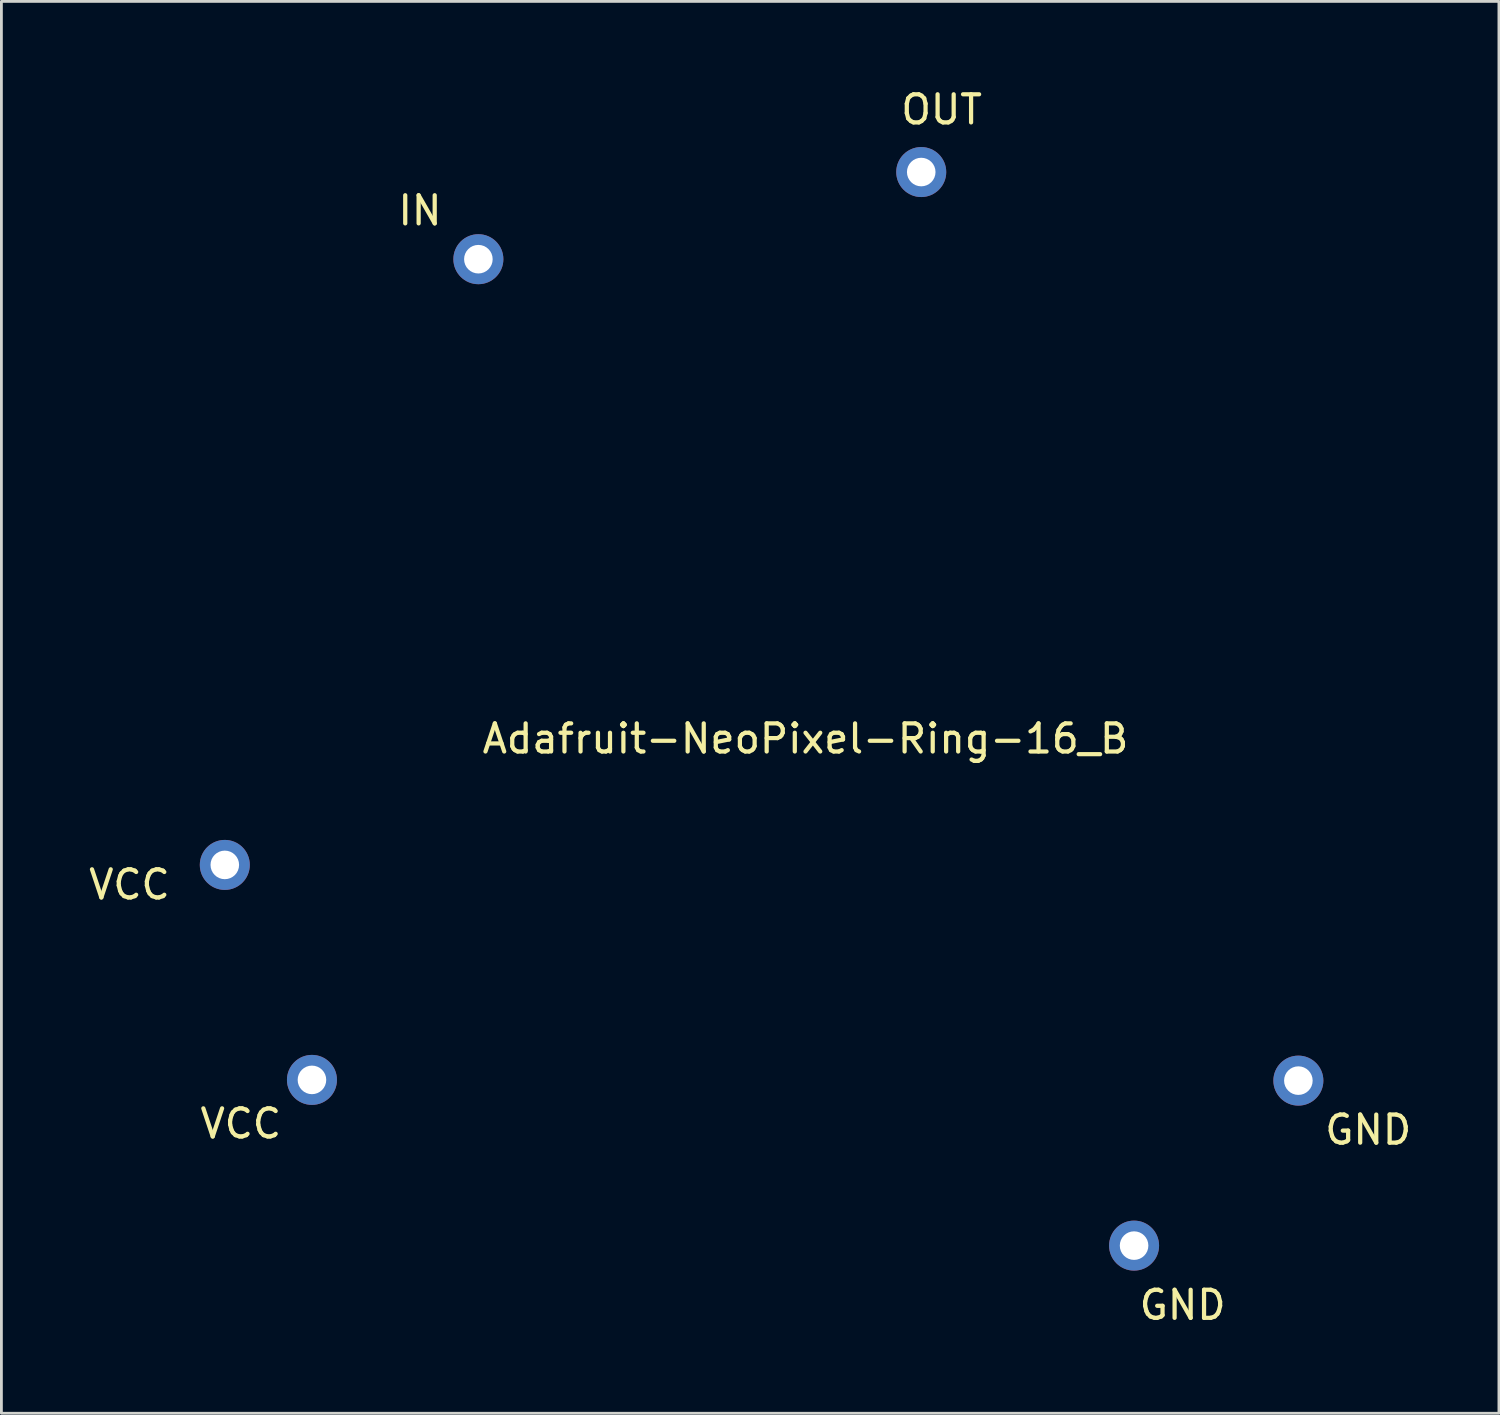
<source format=kicad_pcb>
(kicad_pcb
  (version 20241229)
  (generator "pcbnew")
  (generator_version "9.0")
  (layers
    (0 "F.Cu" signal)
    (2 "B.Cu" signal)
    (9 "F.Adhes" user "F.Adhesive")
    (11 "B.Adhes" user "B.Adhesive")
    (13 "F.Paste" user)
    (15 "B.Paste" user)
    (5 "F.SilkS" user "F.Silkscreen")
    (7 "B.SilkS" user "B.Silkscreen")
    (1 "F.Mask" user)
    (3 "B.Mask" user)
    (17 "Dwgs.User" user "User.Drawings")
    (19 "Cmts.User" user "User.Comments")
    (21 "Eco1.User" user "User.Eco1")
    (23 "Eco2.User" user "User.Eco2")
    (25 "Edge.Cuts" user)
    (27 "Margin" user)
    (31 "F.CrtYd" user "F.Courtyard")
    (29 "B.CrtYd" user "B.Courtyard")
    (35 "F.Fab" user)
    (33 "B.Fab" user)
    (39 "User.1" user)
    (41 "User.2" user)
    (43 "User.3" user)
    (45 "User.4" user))
  (footprint "Adafruit-NeoPixel-Ring-16_B"
    (layer "F.Cu")
    (at 25.594 23.718)
    (property "Reference" "Adafruit-NeoPixel-Ring-16_B" (at 0 -0.5 0) (unlocked yes) (layer "F.SilkS") (effects (font (size 1 1) (thickness 0.15))))
    (attr through_hole)
    (fp_text user "VCC" (at -20.08 13.19 0) (unlocked yes) (layer "F.SilkS") (effects (font (size 1 1) (thickness 0.15))))
    (fp_text user "GND" (at 13.41 19.64 0) (unlocked yes) (layer "F.SilkS") (effects (font (size 1 1) (thickness 0.15))))
    (fp_text user "OUT" (at 4.84 -22.87 0) (unlocked yes) (layer "F.SilkS") (effects (font (size 1 1) (thickness 0.15))))
    (fp_text user "VCC" (at -24.04 4.69 0) (unlocked yes) (layer "F.SilkS") (effects (font (size 1 1) (thickness 0.15))))
    (fp_text user "GND" (at 20.01 13.41 0) (unlocked yes) (layer "F.SilkS") (effects (font (size 1 1) (thickness 0.15))))
    (fp_text user "IN" (at -13.71 -19.28 0) (unlocked yes) (layer "F.SilkS") (effects (font (size 1 1) (thickness 0.15))))
    (pad "1" thru_hole circle (at -11.633 -17.551) (size 1.778 1.778) (drill 1.016) (layers "*.Cu" "*.Mask"))
    (pad "2" thru_hole circle (at 4.115 -20.65) (size 1.778 1.778) (drill 1.016) (layers "*.Cu" "*.Mask"))
    (pad "3" thru_hole circle (at 17.526 11.659) (size 1.778 1.778) (drill 1.016) (layers "*.Cu" "*.Mask"))
    (pad "4" thru_hole circle (at 11.684 17.526) (size 1.778 1.778) (drill 1.016) (layers "*.Cu" "*.Mask"))
    (pad "5" thru_hole circle (at -17.551 11.633) (size 1.778 1.778) (drill 1.016) (layers "*.Cu" "*.Mask"))
    (pad "6" thru_hole circle (at -20.65 3.988) (size 1.778 1.778) (drill 1.016) (layers "*.Cu" "*.Mask")))
  (gr_rect
    (start -3 -3)
    (end 50.252 47.206)
    (stroke (width 0.1) (type default))
    (fill no)
    (layer "Edge.Cuts")))
</source>
